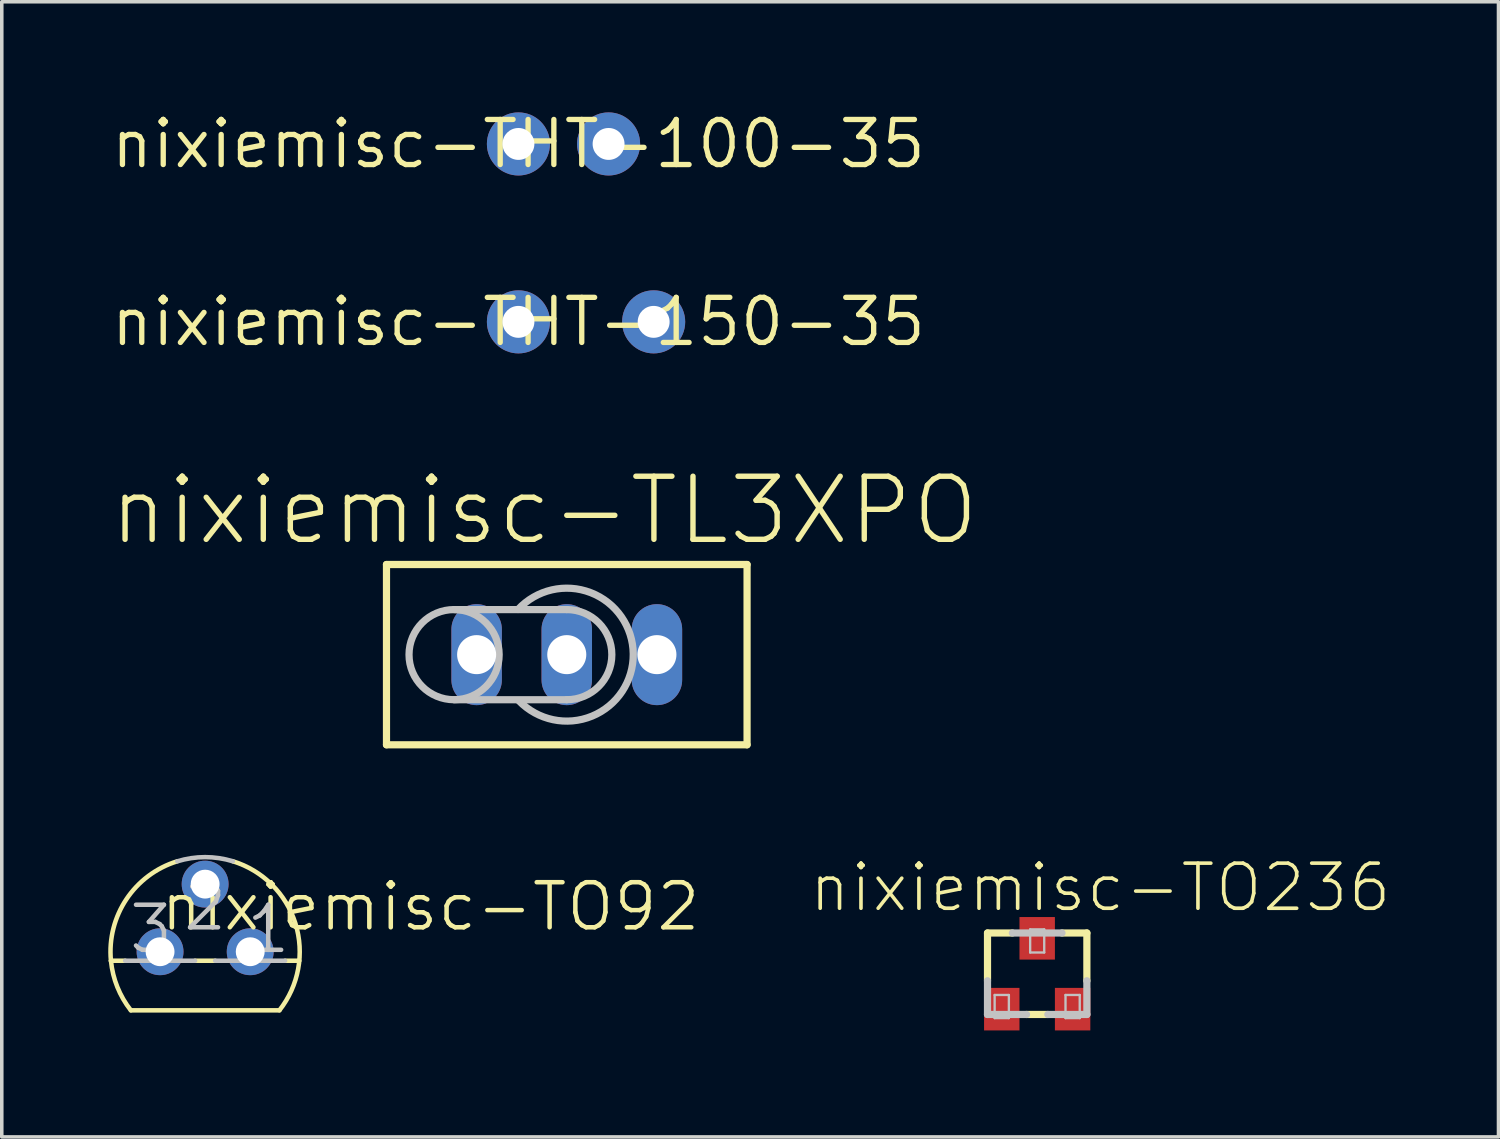
<source format=kicad_pcb>
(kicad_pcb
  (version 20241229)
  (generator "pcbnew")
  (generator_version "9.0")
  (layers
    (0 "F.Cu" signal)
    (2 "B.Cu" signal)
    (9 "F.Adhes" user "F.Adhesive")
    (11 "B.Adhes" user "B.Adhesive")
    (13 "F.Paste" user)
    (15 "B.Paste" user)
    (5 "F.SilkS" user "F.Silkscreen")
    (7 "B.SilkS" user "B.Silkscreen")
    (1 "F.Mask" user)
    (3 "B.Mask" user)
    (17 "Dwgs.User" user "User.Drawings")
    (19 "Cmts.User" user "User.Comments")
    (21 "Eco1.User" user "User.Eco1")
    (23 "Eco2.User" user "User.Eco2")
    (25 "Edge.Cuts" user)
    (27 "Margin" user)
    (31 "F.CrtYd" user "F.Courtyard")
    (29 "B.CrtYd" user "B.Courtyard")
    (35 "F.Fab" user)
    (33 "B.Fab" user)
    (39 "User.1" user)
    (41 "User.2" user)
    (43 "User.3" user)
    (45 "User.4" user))
  (footprint "nixiemisc-THT-100-35"
    (layer "F.Cu")
    (at 11.558 1.006)
    (property "Reference" "nixiemisc-THT-100-35" (at 0 0 0) (layer "F.SilkS") (effects (font (size 1.27 1.27) (thickness 0.15))))
    (attr exclude_from_pos_files exclude_from_bom)
    (pad "1" thru_hole circle (at 0 0) (size 1.778 1.778) (drill 0.899) (layers "*.Cu" "*.Mask"))
    (pad "2" thru_hole circle (at 2.54 0) (size 1.778 1.778) (drill 0.899) (layers "*.Cu" "*.Mask")))
  (footprint "nixiemisc-TO236"
    (layer "F.Cu")
    (at 26.175 24.387)
    (property "Reference" "nixiemisc-TO236" (at 1.778 -2.428 0) (layer "F.SilkS") (effects (font (size 1.27 1.27) (thickness 0.102))))
    (attr smd)
    (fp_line (start -1.4 -1.148) (end -1.4 0.198) (stroke (width 0.203) (type solid)) (layer "F.SilkS"))
    (fp_line (start -1.4 -1.148) (end -0.699 -1.148) (stroke (width 0.203) (type solid)) (layer "F.SilkS"))
    (fp_line (start -0.3 1.148) (end 0.3 1.148) (stroke (width 0.203) (type solid)) (layer "F.SilkS"))
    (fp_line (start 1.4 -1.148) (end 0.699 -1.148) (stroke (width 0.203) (type solid)) (layer "F.SilkS"))
    (fp_line (start 1.4 0.198) (end 1.4 -1.148) (stroke (width 0.203) (type solid)) (layer "F.SilkS"))
    (fp_line (start -1.4 0.198) (end -1.4 1.148) (stroke (width 0.203) (type solid)) (layer "Dwgs.User"))
    (fp_line (start -1.4 1.148) (end -0.3 1.148) (stroke (width 0.203) (type solid)) (layer "Dwgs.User"))
    (fp_line (start -1.199 0.599) (end -0.798 0.599) (stroke (width 0.066) (type solid)) (layer "Dwgs.User"))
    (fp_line (start -1.199 1.25) (end -1.199 0.599) (stroke (width 0.066) (type solid)) (layer "Dwgs.User"))
    (fp_line (start -1.199 1.25) (end -0.798 1.25) (stroke (width 0.066) (type solid)) (layer "Dwgs.User"))
    (fp_line (start -0.798 1.25) (end -0.798 0.599) (stroke (width 0.066) (type solid)) (layer "Dwgs.User"))
    (fp_line (start -0.699 -1.148) (end 0.699 -1.148) (stroke (width 0.203) (type solid)) (layer "Dwgs.User"))
    (fp_line (start -0.198 -1.25) (end 0.198 -1.25) (stroke (width 0.066) (type solid)) (layer "Dwgs.User"))
    (fp_line (start -0.198 -0.599) (end -0.198 -1.25) (stroke (width 0.066) (type solid)) (layer "Dwgs.User"))
    (fp_line (start -0.198 -0.599) (end 0.198 -0.599) (stroke (width 0.066) (type solid)) (layer "Dwgs.User"))
    (fp_line (start 0.198 -0.599) (end 0.198 -1.25) (stroke (width 0.066) (type solid)) (layer "Dwgs.User"))
    (fp_line (start 0.3 1.148) (end 1.4 1.148) (stroke (width 0.203) (type solid)) (layer "Dwgs.User"))
    (fp_line (start 0.798 0.599) (end 1.199 0.599) (stroke (width 0.066) (type solid)) (layer "Dwgs.User"))
    (fp_line (start 0.798 1.25) (end 0.798 0.599) (stroke (width 0.066) (type solid)) (layer "Dwgs.User"))
    (fp_line (start 0.798 1.25) (end 1.199 1.25) (stroke (width 0.066) (type solid)) (layer "Dwgs.User"))
    (fp_line (start 1.199 1.25) (end 1.199 0.599) (stroke (width 0.066) (type solid)) (layer "Dwgs.User"))
    (fp_line (start 1.4 1.148) (end 1.4 0.198) (stroke (width 0.203) (type solid)) (layer "Dwgs.User"))
    (pad "A" smd rect (at -0.998 0.998) (size 0.998 1.199) (layers "F.Cu" "F.Mask" "F.Paste"))
    (pad "C" smd rect (at 0 -0.998) (size 0.998 1.199) (layers "F.Cu" "F.Mask" "F.Paste"))
    (pad "NC" smd rect (at 0.998 0.998) (size 0.998 1.199) (layers "F.Cu" "F.Mask" "F.Paste")))
  (footprint "nixiemisc-TO92"
    (layer "F.Cu")
    (at 2.73 23.767)
    (property "Reference" "nixiemisc-TO92" (at 6.35 -1.27 0) (layer "F.SilkS") (effects (font (size 1.27 1.27) (thickness 0.127))))
    (attr exclude_from_pos_files exclude_from_bom)
    (fp_line (start -2.654 0.254) (end -2.253 0.254) (stroke (width 0.127) (type solid)) (layer "F.SilkS"))
    (fp_line (start -2.093 1.651) (end 2.093 1.651) (stroke (width 0.127) (type solid)) (layer "F.SilkS"))
    (fp_line (start -0.284 0.254) (end 0.284 0.254) (stroke (width 0.127) (type solid)) (layer "F.SilkS"))
    (fp_line (start 2.253 0.254) (end 2.654 0.254) (stroke (width 0.127) (type solid)) (layer "F.SilkS"))
    (fp_arc (start -2.6543 0.254) (mid -2.218762 -1.478824) (end -0.786981 -2.547643) (stroke (width 0.127) (type solid)) (layer "F.SilkS"))
    (fp_arc (start -2.09296 1.651) (mid -2.473084 0.995057) (end -2.653185 0.258633) (stroke (width 0.127) (type solid)) (layer "F.SilkS"))
    (fp_arc (start 0.78486 -2.54762) (mid 2.544804 -0.793944) (end 2.094264 1.649373) (stroke (width 0.127) (type solid)) (layer "F.SilkS"))
    (fp_line (start -2.253 0.254) (end -0.284 0.254) (stroke (width 0.127) (type solid)) (layer "Dwgs.User"))
    (fp_line (start 0.284 0.254) (end 2.253 0.254) (stroke (width 0.127) (type solid)) (layer "Dwgs.User"))
    (fp_arc (start -0.78486 -2.54762) (mid -0.001061 -2.665778) (end 0.782832 -2.548244) (stroke (width 0.127) (type solid)) (layer "Dwgs.User"))
    (fp_text user "3" (at -1.524 -0.635 0) (layer "Dwgs.User") (effects (font (size 1.27 1.27) (thickness 0.127))))
    (fp_text user "1" (at 1.778 -0.635 0) (layer "Dwgs.User") (effects (font (size 1.27 1.27) (thickness 0.127))))
    (fp_text user "2" (at 0 -1.27 0) (layer "Dwgs.User") (effects (font (size 1.27 1.27) (thickness 0.127))))
    (pad "1" thru_hole circle (at 1.27 0) (size 1.321 1.321) (drill 0.813) (layers "*.Cu" "*.Mask"))
    (pad "2" thru_hole circle (at 0 -1.905) (size 1.321 1.321) (drill 0.813) (layers "*.Cu" "*.Mask"))
    (pad "3" thru_hole circle (at -1.27 0) (size 1.321 1.321) (drill 0.813) (layers "*.Cu" "*.Mask")))
  (footprint "nixiemisc-THT-150-35"
    (layer "F.Cu")
    (at 11.558 6.019)
    (property "Reference" "nixiemisc-THT-150-35" (at 0 0 0) (layer "F.SilkS") (effects (font (size 1.27 1.27) (thickness 0.15))))
    (attr exclude_from_pos_files exclude_from_bom)
    (pad "1" thru_hole circle (at 0 0) (size 1.778 1.778) (drill 0.899) (layers "*.Cu" "*.Mask"))
    (pad "2" thru_hole circle (at 3.81 0) (size 1.778 1.778) (drill 0.899) (layers "*.Cu" "*.Mask")))
  (footprint "nixiemisc-TL3XPO"
    (layer "F.Cu")
    (at 12.92 15.396)
    (property "Reference" "nixiemisc-TL3XPO" (at -0.635 -4.064 0) (layer "F.SilkS") (effects (font (size 1.778 1.778) (thickness 0.152))))
    (attr exclude_from_pos_files exclude_from_bom)
    (fp_line (start -5.08 -2.54) (end 5.08 -2.54) (stroke (width 0.203) (type solid)) (layer "F.SilkS"))
    (fp_line (start -5.08 2.54) (end -5.08 -2.54) (stroke (width 0.203) (type solid)) (layer "F.SilkS"))
    (fp_line (start 5.08 -2.54) (end 5.08 2.54) (stroke (width 0.203) (type solid)) (layer "F.SilkS"))
    (fp_line (start 5.08 2.54) (end -5.08 2.54) (stroke (width 0.203) (type solid)) (layer "F.SilkS"))
    (fp_line (start -3.175 -1.27) (end 0 -1.27) (stroke (width 0.203) (type solid)) (layer "Dwgs.User"))
    (fp_line (start -3.175 1.27) (end 0 1.27) (stroke (width 0.203) (type solid)) (layer "Dwgs.User"))
    (fp_arc (start -1.37414 -1.27254) (mid 1.872762 -0.019559) (end -1.347262 1.300962) (stroke (width 0.2032) (type solid)) (layer "Dwgs.User"))
    (fp_arc (start 0 -1.27) (mid 1.27 0) (end 0 1.27) (stroke (width 0.2032) (type solid)) (layer "Dwgs.User"))
    (fp_circle (center -3.175 0) (end -3.175 -1.27) (stroke (width 0.203) (type solid)) (fill no) (layer "Dwgs.User"))
    (pad "1" thru_hole oval (at -2.54 0 180) (size 1.422 2.845) (drill 1.1) (layers "*.Cu" "*.Mask"))
    (pad "2" thru_hole oval (at 0 0 180) (size 1.422 2.845) (drill 1.1) (layers "*.Cu" "*.Mask"))
    (pad "3" thru_hole oval (at 2.54 0 180) (size 1.422 2.845) (drill 1.1) (layers "*.Cu" "*.Mask")))
  (gr_rect
    (start -3 -3)
    (end 39.173 28.985)
    (stroke (width 0.1) (type default))
    (fill no)
    (layer "Edge.Cuts")))
</source>
